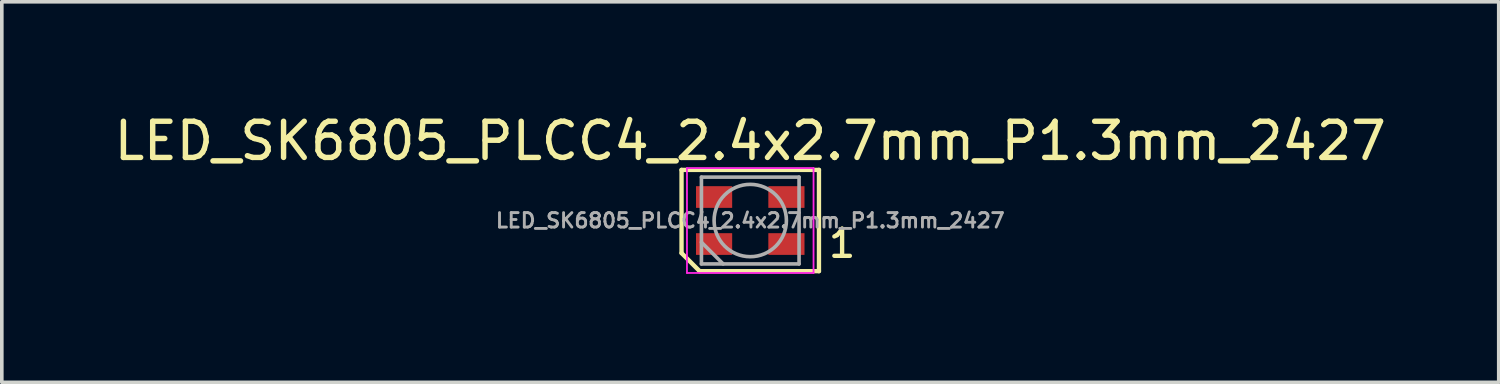
<source format=kicad_pcb>
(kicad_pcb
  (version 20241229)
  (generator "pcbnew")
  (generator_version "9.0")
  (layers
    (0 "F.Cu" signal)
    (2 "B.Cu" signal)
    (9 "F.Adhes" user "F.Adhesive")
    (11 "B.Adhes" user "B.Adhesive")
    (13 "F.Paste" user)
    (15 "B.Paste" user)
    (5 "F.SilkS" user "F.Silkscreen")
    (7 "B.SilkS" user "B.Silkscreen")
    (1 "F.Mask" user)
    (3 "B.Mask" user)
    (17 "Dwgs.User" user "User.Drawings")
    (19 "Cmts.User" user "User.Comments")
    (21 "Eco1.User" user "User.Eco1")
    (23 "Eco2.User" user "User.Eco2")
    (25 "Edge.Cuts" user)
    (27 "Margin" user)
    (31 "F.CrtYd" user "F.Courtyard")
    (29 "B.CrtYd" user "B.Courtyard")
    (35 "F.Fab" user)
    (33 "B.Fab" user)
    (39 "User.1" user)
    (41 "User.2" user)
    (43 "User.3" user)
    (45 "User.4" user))
  (footprint "LED_SK6805_PLCC4_2.4x2.7mm_P1.3mm_2427"
    (layer "F.Cu")
    (at 17.696 3.048)
    (property "Reference" "LED_SK6805_PLCC4_2.4x2.7mm_P1.3mm_2427" (at 0 -2.2 0) (layer "F.SilkS") (effects (font (size 1 1) (thickness 0.15))))
    (attr smd)
    (fp_line (start -1.9 -1.4) (end -1.9 0.9) (stroke (width 0.12) (type solid)) (layer "F.SilkS"))
    (fp_line (start -1.9 -1.4) (end 1.9 -1.4) (stroke (width 0.12) (type solid)) (layer "F.SilkS"))
    (fp_line (start -1.9 0.9) (end -1.4 1.4) (stroke (width 0.12) (type default)) (layer "F.SilkS"))
    (fp_line (start 1.9 1.4) (end -1.4 1.4) (stroke (width 0.12) (type solid)) (layer "F.SilkS"))
    (fp_line (start 1.9 1.4) (end 1.9 -1.4) (stroke (width 0.12) (type solid)) (layer "F.SilkS"))
    (fp_line (start -1.75 -1.45) (end -1.75 1.45) (stroke (width 0.05) (type solid)) (layer "F.CrtYd"))
    (fp_line (start -1.75 1.45) (end 1.75 1.45) (stroke (width 0.05) (type solid)) (layer "F.CrtYd"))
    (fp_line (start 1.75 -1.45) (end -1.75 -1.45) (stroke (width 0.05) (type solid)) (layer "F.CrtYd"))
    (fp_line (start 1.75 1.45) (end 1.75 -1.45) (stroke (width 0.05) (type solid)) (layer "F.CrtYd"))
    (fp_line (start -1.35 -1.2) (end -1.35 1.2) (stroke (width 0.1) (type solid)) (layer "F.Fab"))
    (fp_line (start -1.35 0.6) (end -0.75 1.2) (stroke (width 0.1) (type solid)) (layer "F.Fab"))
    (fp_line (start -1.35 1.2) (end 1.35 1.2) (stroke (width 0.1) (type solid)) (layer "F.Fab"))
    (fp_line (start 1.35 -1.2) (end -1.35 -1.2) (stroke (width 0.1) (type solid)) (layer "F.Fab"))
    (fp_line (start 1.35 1.2) (end 1.35 -1.2) (stroke (width 0.1) (type solid)) (layer "F.Fab"))
    (fp_circle (center 0 0) (end 0 -1) (stroke (width 0.1) (type solid)) (fill no) (layer "F.Fab"))
    (fp_text user "1" (at 2.54 0.635 0) (unlocked yes) (layer "F.SilkS") (effects (font (size 0.75 0.75) (thickness 0.12))))
    (fp_text user "${REFERENCE}" (at 0 0 0) (layer "F.Fab") (effects (font (size 0.4 0.4) (thickness 0.08))))
    (pad "1" smd rect (at 1 0.65) (size 1 0.6) (layers "F.Cu" "F.Mask" "F.Paste"))
    (pad "2" smd rect (at 1 -0.65) (size 1 0.6) (layers "F.Cu" "F.Mask" "F.Paste"))
    (pad "3" smd rect (at -1 -0.65) (size 1 0.6) (layers "F.Cu" "F.Mask" "F.Paste"))
    (pad "4" smd rect (at -1 0.65) (size 1 0.6) (layers "F.Cu" "F.Mask" "F.Paste")))
  (gr_rect
    (start -3 -3)
    (end 38.393 7.523)
    (stroke (width 0.1) (type default))
    (fill no)
    (layer "Edge.Cuts")))
</source>
